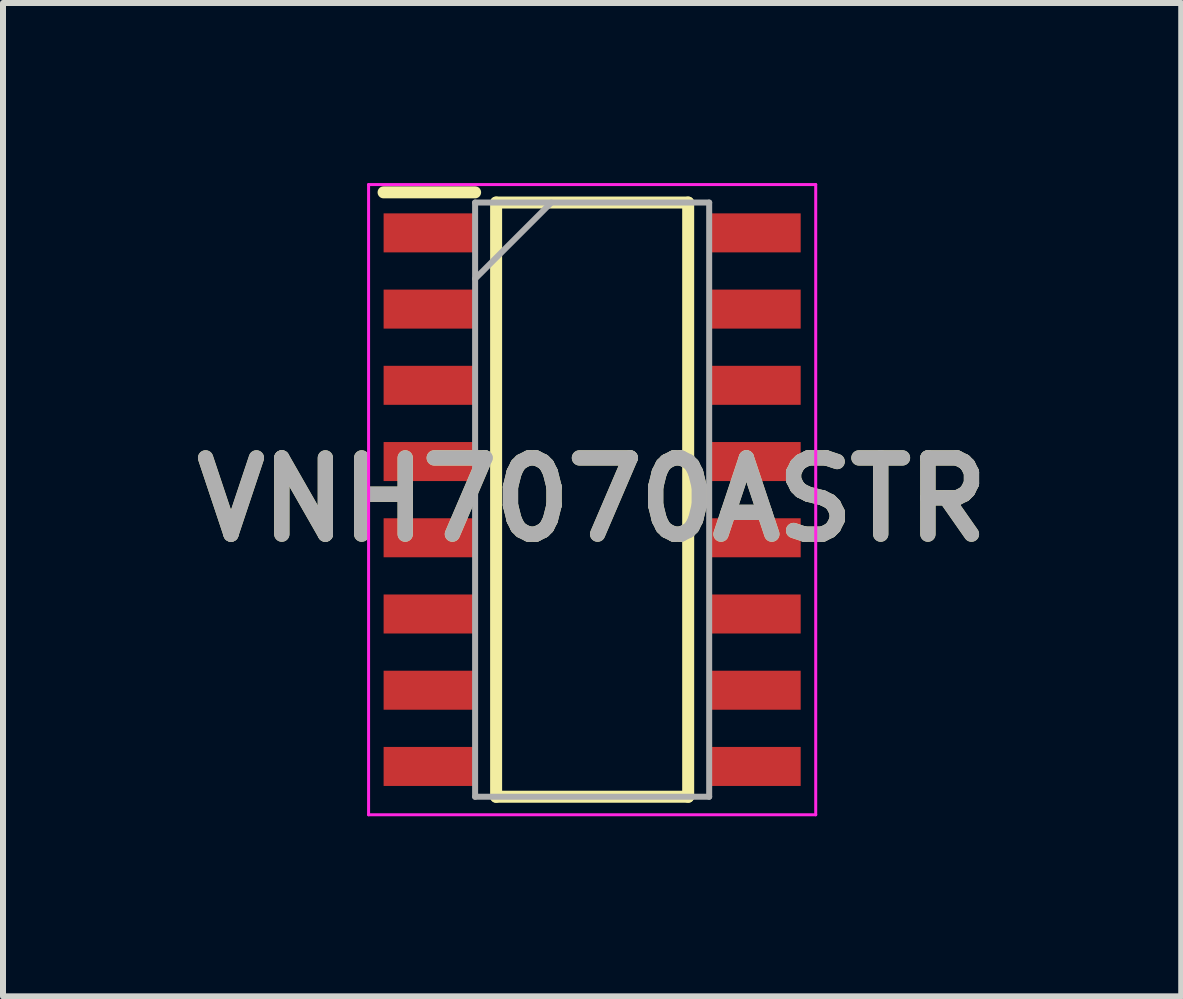
<source format=kicad_pcb>
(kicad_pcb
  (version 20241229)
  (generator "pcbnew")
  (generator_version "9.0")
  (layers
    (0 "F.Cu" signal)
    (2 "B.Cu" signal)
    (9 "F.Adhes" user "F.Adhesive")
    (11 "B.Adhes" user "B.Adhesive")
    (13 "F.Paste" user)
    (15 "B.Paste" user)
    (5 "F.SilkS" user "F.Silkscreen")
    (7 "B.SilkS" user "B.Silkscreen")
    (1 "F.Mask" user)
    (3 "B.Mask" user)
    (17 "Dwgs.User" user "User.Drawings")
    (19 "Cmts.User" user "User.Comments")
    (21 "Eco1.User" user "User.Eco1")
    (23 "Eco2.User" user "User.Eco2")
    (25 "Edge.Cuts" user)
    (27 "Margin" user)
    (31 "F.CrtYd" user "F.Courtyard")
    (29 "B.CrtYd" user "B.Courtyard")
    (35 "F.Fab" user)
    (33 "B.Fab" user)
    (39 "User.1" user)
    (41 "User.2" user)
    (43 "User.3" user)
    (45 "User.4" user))
  (footprint "VNH7070ASTR"
    (layer "F.Cu")
    (at 6.816 5.275)
    (property "Reference" "VNH7070ASTR" (at 0 0 0) (layer "F.SilkS") (effects (font (size 1.27 1.27) (thickness 0.254))))
    (attr smd)
    (fp_line (start -3.475 -5.12) (end -1.95 -5.12) (stroke (width 0.2) (type solid)) (layer "F.SilkS"))
    (fp_line (start -1.6 -4.95) (end 1.6 -4.95) (stroke (width 0.2) (type solid)) (layer "F.SilkS"))
    (fp_line (start -1.6 4.95) (end -1.6 -4.95) (stroke (width 0.2) (type solid)) (layer "F.SilkS"))
    (fp_line (start 1.6 -4.95) (end 1.6 4.95) (stroke (width 0.2) (type solid)) (layer "F.SilkS"))
    (fp_line (start 1.6 4.95) (end -1.6 4.95) (stroke (width 0.2) (type solid)) (layer "F.SilkS"))
    (fp_line (start -3.725 -5.25) (end 3.725 -5.25) (stroke (width 0.05) (type solid)) (layer "F.CrtYd"))
    (fp_line (start -3.725 5.25) (end -3.725 -5.25) (stroke (width 0.05) (type solid)) (layer "F.CrtYd"))
    (fp_line (start 3.725 -5.25) (end 3.725 5.25) (stroke (width 0.05) (type solid)) (layer "F.CrtYd"))
    (fp_line (start 3.725 5.25) (end -3.725 5.25) (stroke (width 0.05) (type solid)) (layer "F.CrtYd"))
    (fp_line (start -1.95 -4.95) (end 1.95 -4.95) (stroke (width 0.1) (type solid)) (layer "F.Fab"))
    (fp_line (start -1.95 -3.68) (end -0.68 -4.95) (stroke (width 0.1) (type solid)) (layer "F.Fab"))
    (fp_line (start -1.95 4.95) (end -1.95 -4.95) (stroke (width 0.1) (type solid)) (layer "F.Fab"))
    (fp_line (start 1.95 -4.95) (end 1.95 4.95) (stroke (width 0.1) (type solid)) (layer "F.Fab"))
    (fp_line (start 1.95 4.95) (end -1.95 4.95) (stroke (width 0.1) (type solid)) (layer "F.Fab"))
    (fp_text user "${REFERENCE}" (at 0 0 0) (layer "F.Fab") (effects (font (size 1.27 1.27) (thickness 0.254))))
    (pad "1" smd rect (at -2.712 -4.445 90) (size 0.65 1.525) (layers "F.Cu" "F.Mask" "F.Paste"))
    (pad "2" smd rect (at -2.712 -3.175 90) (size 0.65 1.525) (layers "F.Cu" "F.Mask" "F.Paste"))
    (pad "3" smd rect (at -2.712 -1.905 90) (size 0.65 1.525) (layers "F.Cu" "F.Mask" "F.Paste"))
    (pad "4" smd rect (at -2.712 -0.635 90) (size 0.65 1.525) (layers "F.Cu" "F.Mask" "F.Paste"))
    (pad "5" smd rect (at -2.712 0.635 90) (size 0.65 1.525) (layers "F.Cu" "F.Mask" "F.Paste"))
    (pad "6" smd rect (at -2.712 1.905 90) (size 0.65 1.525) (layers "F.Cu" "F.Mask" "F.Paste"))
    (pad "7" smd rect (at -2.712 3.175 90) (size 0.65 1.525) (layers "F.Cu" "F.Mask" "F.Paste"))
    (pad "8" smd rect (at -2.712 4.445 90) (size 0.65 1.525) (layers "F.Cu" "F.Mask" "F.Paste"))
    (pad "9" smd rect (at 2.712 4.445 90) (size 0.65 1.525) (layers "F.Cu" "F.Mask" "F.Paste"))
    (pad "10" smd rect (at 2.712 3.175 90) (size 0.65 1.525) (layers "F.Cu" "F.Mask" "F.Paste"))
    (pad "11" smd rect (at 2.712 1.905 90) (size 0.65 1.525) (layers "F.Cu" "F.Mask" "F.Paste"))
    (pad "12" smd rect (at 2.712 0.635 90) (size 0.65 1.525) (layers "F.Cu" "F.Mask" "F.Paste"))
    (pad "13" smd rect (at 2.712 -0.635 90) (size 0.65 1.525) (layers "F.Cu" "F.Mask" "F.Paste"))
    (pad "14" smd rect (at 2.712 -1.905 90) (size 0.65 1.525) (layers "F.Cu" "F.Mask" "F.Paste"))
    (pad "15" smd rect (at 2.712 -3.175 90) (size 0.65 1.525) (layers "F.Cu" "F.Mask" "F.Paste"))
    (pad "16" smd rect (at 2.712 -4.445 90) (size 0.65 1.525) (layers "F.Cu" "F.Mask" "F.Paste")))
  (gr_rect
    (start -3 -3)
    (end 16.631 13.55)
    (stroke (width 0.1) (type default))
    (fill no)
    (layer "Edge.Cuts")))
</source>
